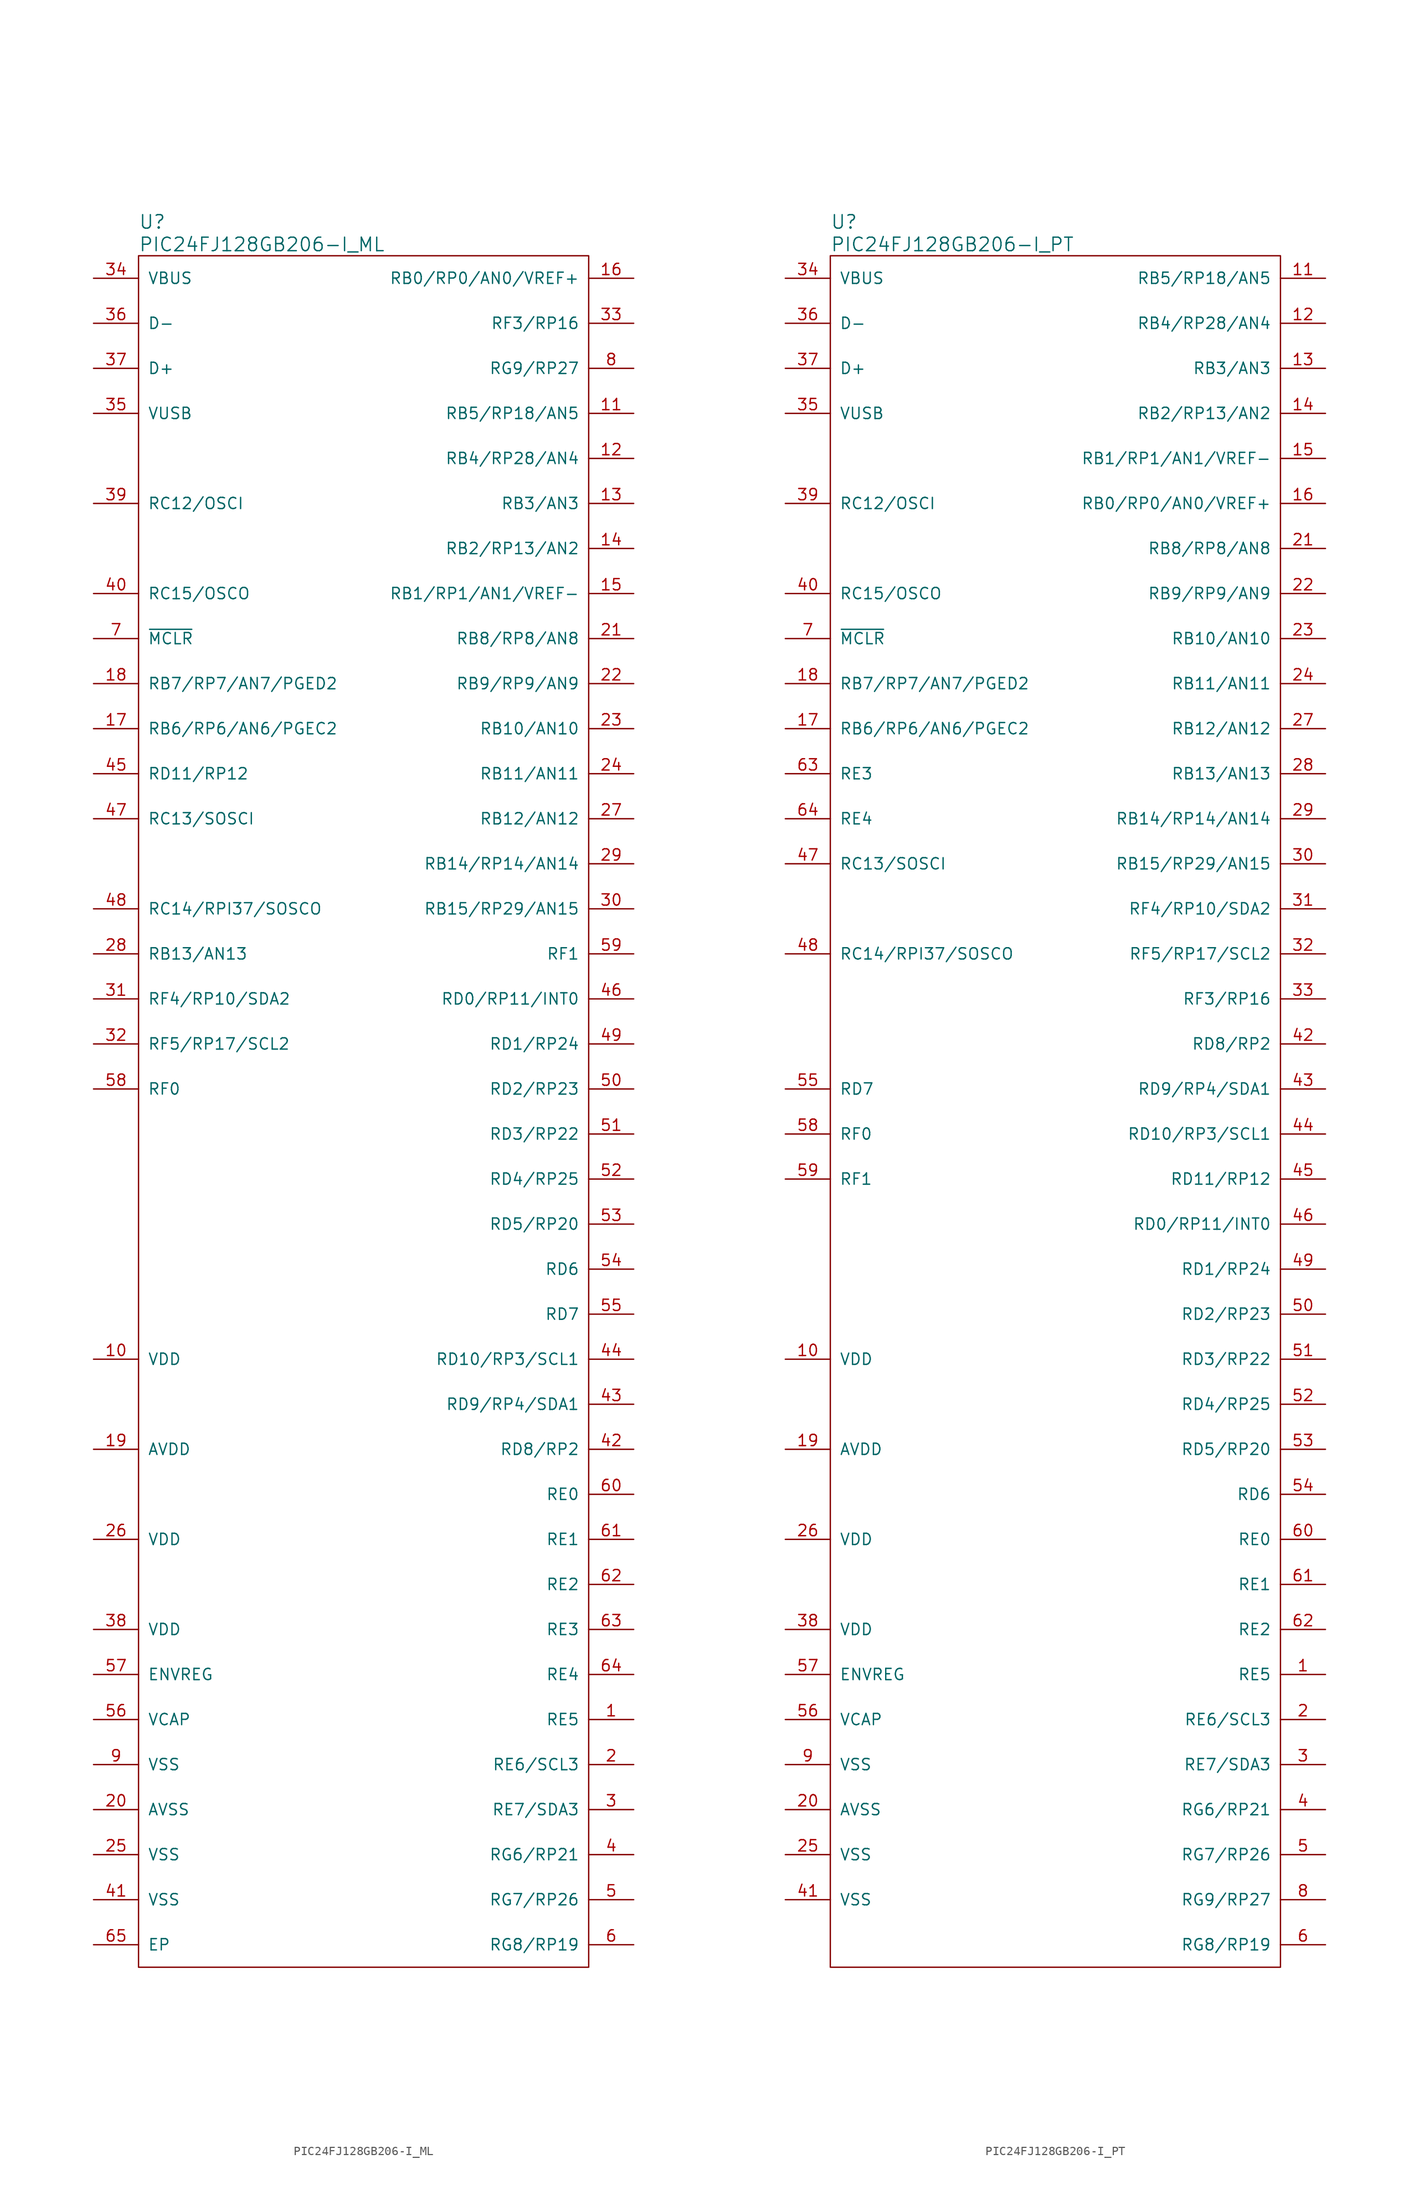
<source format=kicad_sym>
(kicad_symbol_lib
  (version 20231120)
  (generator "kicad_symbol_editor")
  (generator_version "8.0")
  (symbol "PIC24FJ128GB206-I_ML"
    (pin_names
      (offset 1.016))
    (property "Reference" "U"
      (at -25.4 100.33 0)
      (effects (font (size 1.524 1.524)) (justify left)))
    (property "Value" "PIC24FJ128GB206-I_ML"
      (at -25.4 97.79 0)
      (effects (font (size 1.524 1.524)) (justify left)))
    (symbol "PIC24FJ128GB206-I_ML_0_1"
      (rectangle (start 25.4 96.52) (end -25.4 -96.52) (stroke (width 0) (type default)) (fill (type none))))
    (symbol "PIC24FJ128GB206-I_ML_1_1"
      (pin input line (at 30.48 -68.58 180) (length 5.08) (name "RE5" (effects (font (size 1.27 1.27)))) (number "1" (effects (font (size 1.27 1.27)))))
      (pin input line (at -30.48 -27.94 0) (length 5.08) (name "VDD" (effects (font (size 1.27 1.27)))) (number "10" (effects (font (size 1.27 1.27)))))
      (pin input line (at 30.48 78.74 180) (length 5.08) (name "RB5/RP18/AN5" (effects (font (size 1.27 1.27)))) (number "11" (effects (font (size 1.27 1.27)))))
      (pin input line (at 30.48 73.66 180) (length 5.08) (name "RB4/RP28/AN4" (effects (font (size 1.27 1.27)))) (number "12" (effects (font (size 1.27 1.27)))))
      (pin input line (at 30.48 68.58 180) (length 5.08) (name "RB3/AN3" (effects (font (size 1.27 1.27)))) (number "13" (effects (font (size 1.27 1.27)))))
      (pin input line (at 30.48 63.5 180) (length 5.08) (name "RB2/RP13/AN2" (effects (font (size 1.27 1.27)))) (number "14" (effects (font (size 1.27 1.27)))))
      (pin input line (at 30.48 58.42 180) (length 5.08) (name "RB1/RP1/AN1/VREF-" (effects (font (size 1.27 1.27)))) (number "15" (effects (font (size 1.27 1.27)))))
      (pin input line (at 30.48 93.98 180) (length 5.08) (name "RB0/RP0/AN0/VREF+" (effects (font (size 1.27 1.27)))) (number "16" (effects (font (size 1.27 1.27)))))
      (pin input line (at -30.48 43.18 0) (length 5.08) (name "RB6/RP6/AN6/PGEC2" (effects (font (size 1.27 1.27)))) (number "17" (effects (font (size 1.27 1.27)))))
      (pin input line (at -30.48 48.26 0) (length 5.08) (name "RB7/RP7/AN7/PGED2" (effects (font (size 1.27 1.27)))) (number "18" (effects (font (size 1.27 1.27)))))
      (pin input line (at -30.48 -38.1 0) (length 5.08) (name "AVDD" (effects (font (size 1.27 1.27)))) (number "19" (effects (font (size 1.27 1.27)))))
      (pin input line (at 30.48 -73.66 180) (length 5.08) (name "RE6/SCL3" (effects (font (size 1.27 1.27)))) (number "2" (effects (font (size 1.27 1.27)))))
      (pin input line (at -30.48 -78.74 0) (length 5.08) (name "AVSS" (effects (font (size 1.27 1.27)))) (number "20" (effects (font (size 1.27 1.27)))))
      (pin input line (at 30.48 53.34 180) (length 5.08) (name "RB8/RP8/AN8" (effects (font (size 1.27 1.27)))) (number "21" (effects (font (size 1.27 1.27)))))
      (pin input line (at 30.48 48.26 180) (length 5.08) (name "RB9/RP9/AN9" (effects (font (size 1.27 1.27)))) (number "22" (effects (font (size 1.27 1.27)))))
      (pin input line (at 30.48 43.18 180) (length 5.08) (name "RB10/AN10" (effects (font (size 1.27 1.27)))) (number "23" (effects (font (size 1.27 1.27)))))
      (pin input line (at 30.48 38.1 180) (length 5.08) (name "RB11/AN11" (effects (font (size 1.27 1.27)))) (number "24" (effects (font (size 1.27 1.27)))))
      (pin input line (at -30.48 -83.82 0) (length 5.08) (name "VSS" (effects (font (size 1.27 1.27)))) (number "25" (effects (font (size 1.27 1.27)))))
      (pin input line (at -30.48 -48.26 0) (length 5.08) (name "VDD" (effects (font (size 1.27 1.27)))) (number "26" (effects (font (size 1.27 1.27)))))
      (pin input line (at 30.48 33.02 180) (length 5.08) (name "RB12/AN12" (effects (font (size 1.27 1.27)))) (number "27" (effects (font (size 1.27 1.27)))))
      (pin input line (at -30.48 17.78 0) (length 5.08) (name "RB13/AN13" (effects (font (size 1.27 1.27)))) (number "28" (effects (font (size 1.27 1.27)))))
      (pin input line (at 30.48 27.94 180) (length 5.08) (name "RB14/RP14/AN14" (effects (font (size 1.27 1.27)))) (number "29" (effects (font (size 1.27 1.27)))))
      (pin input line (at 30.48 -78.74 180) (length 5.08) (name "RE7/SDA3" (effects (font (size 1.27 1.27)))) (number "3" (effects (font (size 1.27 1.27)))))
      (pin input line (at 30.48 22.86 180) (length 5.08) (name "RB15/RP29/AN15" (effects (font (size 1.27 1.27)))) (number "30" (effects (font (size 1.27 1.27)))))
      (pin input line (at -30.48 12.7 0) (length 5.08) (name "RF4/RP10/SDA2" (effects (font (size 1.27 1.27)))) (number "31" (effects (font (size 1.27 1.27)))))
      (pin input line (at -30.48 7.62 0) (length 5.08) (name "RF5/RP17/SCL2" (effects (font (size 1.27 1.27)))) (number "32" (effects (font (size 1.27 1.27)))))
      (pin input line (at 30.48 88.9 180) (length 5.08) (name "RF3/RP16" (effects (font (size 1.27 1.27)))) (number "33" (effects (font (size 1.27 1.27)))))
      (pin input line (at -30.48 93.98 0) (length 5.08) (name "VBUS" (effects (font (size 1.27 1.27)))) (number "34" (effects (font (size 1.27 1.27)))))
      (pin input line (at -30.48 78.74 0) (length 5.08) (name "VUSB" (effects (font (size 1.27 1.27)))) (number "35" (effects (font (size 1.27 1.27)))))
      (pin input line (at -30.48 88.9 0) (length 5.08) (name "D-" (effects (font (size 1.27 1.27)))) (number "36" (effects (font (size 1.27 1.27)))))
      (pin input line (at -30.48 83.82 0) (length 5.08) (name "D+" (effects (font (size 1.27 1.27)))) (number "37" (effects (font (size 1.27 1.27)))))
      (pin input line (at -30.48 -58.42 0) (length 5.08) (name "VDD" (effects (font (size 1.27 1.27)))) (number "38" (effects (font (size 1.27 1.27)))))
      (pin input line (at -30.48 68.58 0) (length 5.08) (name "RC12/OSCI" (effects (font (size 1.27 1.27)))) (number "39" (effects (font (size 1.27 1.27)))))
      (pin input line (at 30.48 -83.82 180) (length 5.08) (name "RG6/RP21" (effects (font (size 1.27 1.27)))) (number "4" (effects (font (size 1.27 1.27)))))
      (pin input line (at -30.48 58.42 0) (length 5.08) (name "RC15/OSCO" (effects (font (size 1.27 1.27)))) (number "40" (effects (font (size 1.27 1.27)))))
      (pin input line (at -30.48 -88.9 0) (length 5.08) (name "VSS" (effects (font (size 1.27 1.27)))) (number "41" (effects (font (size 1.27 1.27)))))
      (pin input line (at 30.48 -38.1 180) (length 5.08) (name "RD8/RP2" (effects (font (size 1.27 1.27)))) (number "42" (effects (font (size 1.27 1.27)))))
      (pin input line (at 30.48 -33.02 180) (length 5.08) (name "RD9/RP4/SDA1" (effects (font (size 1.27 1.27)))) (number "43" (effects (font (size 1.27 1.27)))))
      (pin input line (at 30.48 -27.94 180) (length 5.08) (name "RD10/RP3/SCL1" (effects (font (size 1.27 1.27)))) (number "44" (effects (font (size 1.27 1.27)))))
      (pin input line (at -30.48 38.1 0) (length 5.08) (name "RD11/RP12" (effects (font (size 1.27 1.27)))) (number "45" (effects (font (size 1.27 1.27)))))
      (pin input line (at 30.48 12.7 180) (length 5.08) (name "RD0/RP11/INT0" (effects (font (size 1.27 1.27)))) (number "46" (effects (font (size 1.27 1.27)))))
      (pin input line (at -30.48 33.02 0) (length 5.08) (name "RC13/SOSCI" (effects (font (size 1.27 1.27)))) (number "47" (effects (font (size 1.27 1.27)))))
      (pin input line (at -30.48 22.86 0) (length 5.08) (name "RC14/RPI37/SOSCO" (effects (font (size 1.27 1.27)))) (number "48" (effects (font (size 1.27 1.27)))))
      (pin input line (at 30.48 7.62 180) (length 5.08) (name "RD1/RP24" (effects (font (size 1.27 1.27)))) (number "49" (effects (font (size 1.27 1.27)))))
      (pin input line (at 30.48 -88.9 180) (length 5.08) (name "RG7/RP26" (effects (font (size 1.27 1.27)))) (number "5" (effects (font (size 1.27 1.27)))))
      (pin input line (at 30.48 2.54 180) (length 5.08) (name "RD2/RP23" (effects (font (size 1.27 1.27)))) (number "50" (effects (font (size 1.27 1.27)))))
      (pin input line (at 30.48 -2.54 180) (length 5.08) (name "RD3/RP22" (effects (font (size 1.27 1.27)))) (number "51" (effects (font (size 1.27 1.27)))))
      (pin input line (at 30.48 -7.62 180) (length 5.08) (name "RD4/RP25" (effects (font (size 1.27 1.27)))) (number "52" (effects (font (size 1.27 1.27)))))
      (pin input line (at 30.48 -12.7 180) (length 5.08) (name "RD5/RP20" (effects (font (size 1.27 1.27)))) (number "53" (effects (font (size 1.27 1.27)))))
      (pin input line (at 30.48 -17.78 180) (length 5.08) (name "RD6" (effects (font (size 1.27 1.27)))) (number "54" (effects (font (size 1.27 1.27)))))
      (pin input line (at 30.48 -22.86 180) (length 5.08) (name "RD7" (effects (font (size 1.27 1.27)))) (number "55" (effects (font (size 1.27 1.27)))))
      (pin input line (at -30.48 -68.58 0) (length 5.08) (name "VCAP" (effects (font (size 1.27 1.27)))) (number "56" (effects (font (size 1.27 1.27)))))
      (pin input line (at -30.48 -63.5 0) (length 5.08) (name "ENVREG" (effects (font (size 1.27 1.27)))) (number "57" (effects (font (size 1.27 1.27)))))
      (pin input line (at -30.48 2.54 0) (length 5.08) (name "RF0" (effects (font (size 1.27 1.27)))) (number "58" (effects (font (size 1.27 1.27)))))
      (pin input line (at 30.48 17.78 180) (length 5.08) (name "RF1" (effects (font (size 1.27 1.27)))) (number "59" (effects (font (size 1.27 1.27)))))
      (pin input line (at 30.48 -93.98 180) (length 5.08) (name "RG8/RP19" (effects (font (size 1.27 1.27)))) (number "6" (effects (font (size 1.27 1.27)))))
      (pin input line (at 30.48 -43.18 180) (length 5.08) (name "RE0" (effects (font (size 1.27 1.27)))) (number "60" (effects (font (size 1.27 1.27)))))
      (pin input line (at 30.48 -48.26 180) (length 5.08) (name "RE1" (effects (font (size 1.27 1.27)))) (number "61" (effects (font (size 1.27 1.27)))))
      (pin input line (at 30.48 -53.34 180) (length 5.08) (name "RE2" (effects (font (size 1.27 1.27)))) (number "62" (effects (font (size 1.27 1.27)))))
      (pin input line (at 30.48 -58.42 180) (length 5.08) (name "RE3" (effects (font (size 1.27 1.27)))) (number "63" (effects (font (size 1.27 1.27)))))
      (pin input line (at 30.48 -63.5 180) (length 5.08) (name "RE4" (effects (font (size 1.27 1.27)))) (number "64" (effects (font (size 1.27 1.27)))))
      (pin input line (at -30.48 -93.98 0) (length 5.08) (name "EP" (effects (font (size 1.27 1.27)))) (number "65" (effects (font (size 1.27 1.27)))))
      (pin input line (at -30.48 53.34 0) (length 5.08) (name "~{MCLR}" (effects (font (size 1.27 1.27)))) (number "7" (effects (font (size 1.27 1.27)))))
      (pin input line (at 30.48 83.82 180) (length 5.08) (name "RG9/RP27" (effects (font (size 1.27 1.27)))) (number "8" (effects (font (size 1.27 1.27)))))
      (pin input line (at -30.48 -73.66 0) (length 5.08) (name "VSS" (effects (font (size 1.27 1.27)))) (number "9" (effects (font (size 1.27 1.27)))))))
  (symbol "PIC24FJ128GB206-I_PT"
    (pin_names
      (offset 1.016))
    (property "Reference" "U"
      (at -25.4 100.33 0)
      (effects (font (size 1.524 1.524)) (justify left)))
    (property "Value" "PIC24FJ128GB206-I_PT"
      (at -25.4 97.79 0)
      (effects (font (size 1.524 1.524)) (justify left)))
    (symbol "PIC24FJ128GB206-I_PT_0_1"
      (rectangle (start 25.4 96.52) (end -25.4 -96.52) (stroke (width 0) (type default)) (fill (type none))))
    (symbol "PIC24FJ128GB206-I_PT_1_1"
      (pin input line (at 30.48 -63.5 180) (length 5.08) (name "RE5" (effects (font (size 1.27 1.27)))) (number "1" (effects (font (size 1.27 1.27)))))
      (pin input line (at -30.48 -27.94 0) (length 5.08) (name "VDD" (effects (font (size 1.27 1.27)))) (number "10" (effects (font (size 1.27 1.27)))))
      (pin input line (at 30.48 93.98 180) (length 5.08) (name "RB5/RP18/AN5" (effects (font (size 1.27 1.27)))) (number "11" (effects (font (size 1.27 1.27)))))
      (pin input line (at 30.48 88.9 180) (length 5.08) (name "RB4/RP28/AN4" (effects (font (size 1.27 1.27)))) (number "12" (effects (font (size 1.27 1.27)))))
      (pin input line (at 30.48 83.82 180) (length 5.08) (name "RB3/AN3" (effects (font (size 1.27 1.27)))) (number "13" (effects (font (size 1.27 1.27)))))
      (pin input line (at 30.48 78.74 180) (length 5.08) (name "RB2/RP13/AN2" (effects (font (size 1.27 1.27)))) (number "14" (effects (font (size 1.27 1.27)))))
      (pin input line (at 30.48 73.66 180) (length 5.08) (name "RB1/RP1/AN1/VREF-" (effects (font (size 1.27 1.27)))) (number "15" (effects (font (size 1.27 1.27)))))
      (pin input line (at 30.48 68.58 180) (length 5.08) (name "RB0/RP0/AN0/VREF+" (effects (font (size 1.27 1.27)))) (number "16" (effects (font (size 1.27 1.27)))))
      (pin input line (at -30.48 43.18 0) (length 5.08) (name "RB6/RP6/AN6/PGEC2" (effects (font (size 1.27 1.27)))) (number "17" (effects (font (size 1.27 1.27)))))
      (pin input line (at -30.48 48.26 0) (length 5.08) (name "RB7/RP7/AN7/PGED2" (effects (font (size 1.27 1.27)))) (number "18" (effects (font (size 1.27 1.27)))))
      (pin input line (at -30.48 -38.1 0) (length 5.08) (name "AVDD" (effects (font (size 1.27 1.27)))) (number "19" (effects (font (size 1.27 1.27)))))
      (pin input line (at 30.48 -68.58 180) (length 5.08) (name "RE6/SCL3" (effects (font (size 1.27 1.27)))) (number "2" (effects (font (size 1.27 1.27)))))
      (pin input line (at -30.48 -78.74 0) (length 5.08) (name "AVSS" (effects (font (size 1.27 1.27)))) (number "20" (effects (font (size 1.27 1.27)))))
      (pin input line (at 30.48 63.5 180) (length 5.08) (name "RB8/RP8/AN8" (effects (font (size 1.27 1.27)))) (number "21" (effects (font (size 1.27 1.27)))))
      (pin input line (at 30.48 58.42 180) (length 5.08) (name "RB9/RP9/AN9" (effects (font (size 1.27 1.27)))) (number "22" (effects (font (size 1.27 1.27)))))
      (pin input line (at 30.48 53.34 180) (length 5.08) (name "RB10/AN10" (effects (font (size 1.27 1.27)))) (number "23" (effects (font (size 1.27 1.27)))))
      (pin input line (at 30.48 48.26 180) (length 5.08) (name "RB11/AN11" (effects (font (size 1.27 1.27)))) (number "24" (effects (font (size 1.27 1.27)))))
      (pin input line (at -30.48 -83.82 0) (length 5.08) (name "VSS" (effects (font (size 1.27 1.27)))) (number "25" (effects (font (size 1.27 1.27)))))
      (pin input line (at -30.48 -48.26 0) (length 5.08) (name "VDD" (effects (font (size 1.27 1.27)))) (number "26" (effects (font (size 1.27 1.27)))))
      (pin input line (at 30.48 43.18 180) (length 5.08) (name "RB12/AN12" (effects (font (size 1.27 1.27)))) (number "27" (effects (font (size 1.27 1.27)))))
      (pin input line (at 30.48 38.1 180) (length 5.08) (name "RB13/AN13" (effects (font (size 1.27 1.27)))) (number "28" (effects (font (size 1.27 1.27)))))
      (pin input line (at 30.48 33.02 180) (length 5.08) (name "RB14/RP14/AN14" (effects (font (size 1.27 1.27)))) (number "29" (effects (font (size 1.27 1.27)))))
      (pin input line (at 30.48 -73.66 180) (length 5.08) (name "RE7/SDA3" (effects (font (size 1.27 1.27)))) (number "3" (effects (font (size 1.27 1.27)))))
      (pin input line (at 30.48 27.94 180) (length 5.08) (name "RB15/RP29/AN15" (effects (font (size 1.27 1.27)))) (number "30" (effects (font (size 1.27 1.27)))))
      (pin input line (at 30.48 22.86 180) (length 5.08) (name "RF4/RP10/SDA2" (effects (font (size 1.27 1.27)))) (number "31" (effects (font (size 1.27 1.27)))))
      (pin input line (at 30.48 17.78 180) (length 5.08) (name "RF5/RP17/SCL2" (effects (font (size 1.27 1.27)))) (number "32" (effects (font (size 1.27 1.27)))))
      (pin input line (at 30.48 12.7 180) (length 5.08) (name "RF3/RP16" (effects (font (size 1.27 1.27)))) (number "33" (effects (font (size 1.27 1.27)))))
      (pin input line (at -30.48 93.98 0) (length 5.08) (name "VBUS" (effects (font (size 1.27 1.27)))) (number "34" (effects (font (size 1.27 1.27)))))
      (pin input line (at -30.48 78.74 0) (length 5.08) (name "VUSB" (effects (font (size 1.27 1.27)))) (number "35" (effects (font (size 1.27 1.27)))))
      (pin input line (at -30.48 88.9 0) (length 5.08) (name "D-" (effects (font (size 1.27 1.27)))) (number "36" (effects (font (size 1.27 1.27)))))
      (pin input line (at -30.48 83.82 0) (length 5.08) (name "D+" (effects (font (size 1.27 1.27)))) (number "37" (effects (font (size 1.27 1.27)))))
      (pin input line (at -30.48 -58.42 0) (length 5.08) (name "VDD" (effects (font (size 1.27 1.27)))) (number "38" (effects (font (size 1.27 1.27)))))
      (pin input line (at -30.48 68.58 0) (length 5.08) (name "RC12/OSCI" (effects (font (size 1.27 1.27)))) (number "39" (effects (font (size 1.27 1.27)))))
      (pin input line (at 30.48 -78.74 180) (length 5.08) (name "RG6/RP21" (effects (font (size 1.27 1.27)))) (number "4" (effects (font (size 1.27 1.27)))))
      (pin input line (at -30.48 58.42 0) (length 5.08) (name "RC15/OSCO" (effects (font (size 1.27 1.27)))) (number "40" (effects (font (size 1.27 1.27)))))
      (pin input line (at -30.48 -88.9 0) (length 5.08) (name "VSS" (effects (font (size 1.27 1.27)))) (number "41" (effects (font (size 1.27 1.27)))))
      (pin input line (at 30.48 7.62 180) (length 5.08) (name "RD8/RP2" (effects (font (size 1.27 1.27)))) (number "42" (effects (font (size 1.27 1.27)))))
      (pin input line (at 30.48 2.54 180) (length 5.08) (name "RD9/RP4/SDA1" (effects (font (size 1.27 1.27)))) (number "43" (effects (font (size 1.27 1.27)))))
      (pin input line (at 30.48 -2.54 180) (length 5.08) (name "RD10/RP3/SCL1" (effects (font (size 1.27 1.27)))) (number "44" (effects (font (size 1.27 1.27)))))
      (pin input line (at 30.48 -7.62 180) (length 5.08) (name "RD11/RP12" (effects (font (size 1.27 1.27)))) (number "45" (effects (font (size 1.27 1.27)))))
      (pin input line (at 30.48 -12.7 180) (length 5.08) (name "RD0/RP11/INT0" (effects (font (size 1.27 1.27)))) (number "46" (effects (font (size 1.27 1.27)))))
      (pin input line (at -30.48 27.94 0) (length 5.08) (name "RC13/SOSCI" (effects (font (size 1.27 1.27)))) (number "47" (effects (font (size 1.27 1.27)))))
      (pin input line (at -30.48 17.78 0) (length 5.08) (name "RC14/RPI37/SOSCO" (effects (font (size 1.27 1.27)))) (number "48" (effects (font (size 1.27 1.27)))))
      (pin input line (at 30.48 -17.78 180) (length 5.08) (name "RD1/RP24" (effects (font (size 1.27 1.27)))) (number "49" (effects (font (size 1.27 1.27)))))
      (pin input line (at 30.48 -83.82 180) (length 5.08) (name "RG7/RP26" (effects (font (size 1.27 1.27)))) (number "5" (effects (font (size 1.27 1.27)))))
      (pin input line (at 30.48 -22.86 180) (length 5.08) (name "RD2/RP23" (effects (font (size 1.27 1.27)))) (number "50" (effects (font (size 1.27 1.27)))))
      (pin input line (at 30.48 -27.94 180) (length 5.08) (name "RD3/RP22" (effects (font (size 1.27 1.27)))) (number "51" (effects (font (size 1.27 1.27)))))
      (pin input line (at 30.48 -33.02 180) (length 5.08) (name "RD4/RP25" (effects (font (size 1.27 1.27)))) (number "52" (effects (font (size 1.27 1.27)))))
      (pin input line (at 30.48 -38.1 180) (length 5.08) (name "RD5/RP20" (effects (font (size 1.27 1.27)))) (number "53" (effects (font (size 1.27 1.27)))))
      (pin input line (at 30.48 -43.18 180) (length 5.08) (name "RD6" (effects (font (size 1.27 1.27)))) (number "54" (effects (font (size 1.27 1.27)))))
      (pin input line (at -30.48 2.54 0) (length 5.08) (name "RD7" (effects (font (size 1.27 1.27)))) (number "55" (effects (font (size 1.27 1.27)))))
      (pin input line (at -30.48 -68.58 0) (length 5.08) (name "VCAP" (effects (font (size 1.27 1.27)))) (number "56" (effects (font (size 1.27 1.27)))))
      (pin input line (at -30.48 -63.5 0) (length 5.08) (name "ENVREG" (effects (font (size 1.27 1.27)))) (number "57" (effects (font (size 1.27 1.27)))))
      (pin input line (at -30.48 -2.54 0) (length 5.08) (name "RF0" (effects (font (size 1.27 1.27)))) (number "58" (effects (font (size 1.27 1.27)))))
      (pin input line (at -30.48 -7.62 0) (length 5.08) (name "RF1" (effects (font (size 1.27 1.27)))) (number "59" (effects (font (size 1.27 1.27)))))
      (pin input line (at 30.48 -93.98 180) (length 5.08) (name "RG8/RP19" (effects (font (size 1.27 1.27)))) (number "6" (effects (font (size 1.27 1.27)))))
      (pin input line (at 30.48 -48.26 180) (length 5.08) (name "RE0" (effects (font (size 1.27 1.27)))) (number "60" (effects (font (size 1.27 1.27)))))
      (pin input line (at 30.48 -53.34 180) (length 5.08) (name "RE1" (effects (font (size 1.27 1.27)))) (number "61" (effects (font (size 1.27 1.27)))))
      (pin input line (at 30.48 -58.42 180) (length 5.08) (name "RE2" (effects (font (size 1.27 1.27)))) (number "62" (effects (font (size 1.27 1.27)))))
      (pin input line (at -30.48 38.1 0) (length 5.08) (name "RE3" (effects (font (size 1.27 1.27)))) (number "63" (effects (font (size 1.27 1.27)))))
      (pin input line (at -30.48 33.02 0) (length 5.08) (name "RE4" (effects (font (size 1.27 1.27)))) (number "64" (effects (font (size 1.27 1.27)))))
      (pin input line (at -30.48 53.34 0) (length 5.08) (name "~{MCLR}" (effects (font (size 1.27 1.27)))) (number "7" (effects (font (size 1.27 1.27)))))
      (pin input line (at 30.48 -88.9 180) (length 5.08) (name "RG9/RP27" (effects (font (size 1.27 1.27)))) (number "8" (effects (font (size 1.27 1.27)))))
      (pin input line (at -30.48 -73.66 0) (length 5.08) (name "VSS" (effects (font (size 1.27 1.27)))) (number "9" (effects (font (size 1.27 1.27))))))))
</source>
